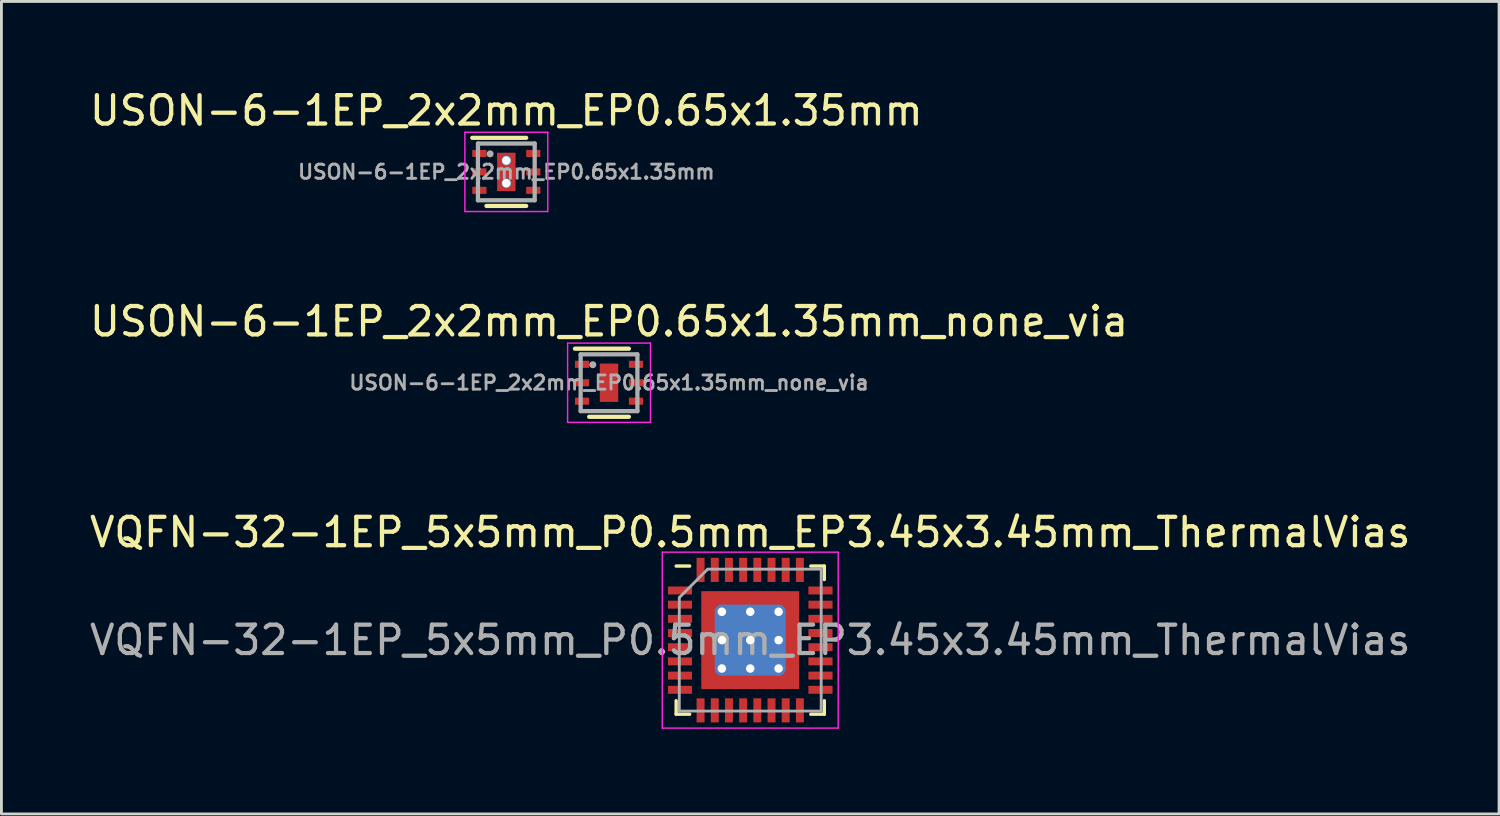
<source format=kicad_pcb>
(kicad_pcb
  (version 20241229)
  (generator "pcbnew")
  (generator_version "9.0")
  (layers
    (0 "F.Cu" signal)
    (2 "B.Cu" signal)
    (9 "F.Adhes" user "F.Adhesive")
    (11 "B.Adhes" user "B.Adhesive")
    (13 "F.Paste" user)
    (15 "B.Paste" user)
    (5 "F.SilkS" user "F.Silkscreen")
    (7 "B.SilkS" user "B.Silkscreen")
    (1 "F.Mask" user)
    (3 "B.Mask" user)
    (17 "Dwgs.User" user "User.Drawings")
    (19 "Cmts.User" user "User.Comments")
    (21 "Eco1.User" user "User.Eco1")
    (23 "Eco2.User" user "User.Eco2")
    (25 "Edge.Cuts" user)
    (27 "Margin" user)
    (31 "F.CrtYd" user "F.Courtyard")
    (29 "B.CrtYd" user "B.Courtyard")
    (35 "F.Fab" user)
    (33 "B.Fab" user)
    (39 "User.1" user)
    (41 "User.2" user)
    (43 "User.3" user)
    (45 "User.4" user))
  (footprint "USON-6-1EP_2x2mm_EP0.65x1.35mm_none_via"
    (layer "F.Cu")
    (at 18.411 10.437)
    (property "Reference" "USON-6-1EP_2x2mm_EP0.65x1.35mm_none_via" (at 0 -2.159 0) (layer "F.SilkS") (effects (font (size 1 1) (thickness 0.15))))
    (attr smd)
    (fp_line (start 0.7 -1.2) (end -1.2 -1.2) (stroke (width 0.15) (type solid)) (layer "F.SilkS"))
    (fp_line (start 0.7 1.2) (end -0.7 1.2) (stroke (width 0.15) (type solid)) (layer "F.SilkS"))
    (fp_line (start -1.46 -1.397) (end 1.46 -1.397) (stroke (width 0.05) (type solid)) (layer "F.CrtYd"))
    (fp_line (start -1.46 1.397) (end -1.46 -1.397) (stroke (width 0.05) (type solid)) (layer "F.CrtYd"))
    (fp_line (start -1.46 1.397) (end 1.46 1.397) (stroke (width 0.05) (type solid)) (layer "F.CrtYd"))
    (fp_line (start 1.46 1.397) (end 1.46 -1.397) (stroke (width 0.05) (type solid)) (layer "F.CrtYd"))
    (fp_line (start -1 1) (end -1 -1) (stroke (width 0.15) (type solid)) (layer "F.Fab"))
    (fp_line (start -1 1) (end 1 1) (stroke (width 0.15) (type solid)) (layer "F.Fab"))
    (fp_line (start 1 -1) (end -1 -1) (stroke (width 0.15) (type solid)) (layer "F.Fab"))
    (fp_line (start 1 -1) (end 1 1) (stroke (width 0.15) (type solid)) (layer "F.Fab"))
    (fp_circle (center -0.572 -0.635) (end -0.508 -0.635) (stroke (width 0.12) (type solid)) (fill no) (layer "F.Fab"))
    (fp_text user "${REFERENCE}" (at 0 0 0) (layer "F.Fab") (effects (font (size 0.5 0.5) (thickness 0.1))))
    (pad "" smd rect (at 0 0) (size 0.62 1.25) (layers "F.Paste"))
    (pad "1" smd rect (at -0.95 -0.65) (size 0.5 0.25) (layers "F.Cu" "F.Mask" "F.Paste"))
    (pad "2" smd rect (at -0.95 0) (size 0.5 0.25) (layers "F.Cu" "F.Mask" "F.Paste"))
    (pad "3" smd rect (at -0.95 0.65) (size 0.5 0.25) (layers "F.Cu" "F.Mask" "F.Paste"))
    (pad "4" smd rect (at 0.95 0.65) (size 0.5 0.25) (layers "F.Cu" "F.Mask" "F.Paste"))
    (pad "5" smd rect (at 0.95 0) (size 0.5 0.25) (layers "F.Cu" "F.Mask" "F.Paste"))
    (pad "6" smd rect (at 0.95 -0.65) (size 0.5 0.25) (layers "F.Cu" "F.Mask" "F.Paste"))
    (pad "7" smd rect (at 0 0) (size 0.65 1.35) (layers "F.Cu" "F.Mask")))
  (footprint "USON-6-1EP_2x2mm_EP0.65x1.35mm"
    (layer "F.Cu")
    (at 14.792 3.007)
    (property "Reference" "USON-6-1EP_2x2mm_EP0.65x1.35mm" (at 0 -2.159 0) (layer "F.SilkS") (effects (font (size 1 1) (thickness 0.15))))
    (attr smd)
    (fp_line (start 0.7 -1.2) (end -1.2 -1.2) (stroke (width 0.15) (type solid)) (layer "F.SilkS"))
    (fp_line (start 0.7 1.2) (end -0.7 1.2) (stroke (width 0.15) (type solid)) (layer "F.SilkS"))
    (fp_line (start -1.46 -1.397) (end 1.46 -1.397) (stroke (width 0.05) (type solid)) (layer "F.CrtYd"))
    (fp_line (start -1.46 1.397) (end -1.46 -1.397) (stroke (width 0.05) (type solid)) (layer "F.CrtYd"))
    (fp_line (start -1.46 1.397) (end 1.46 1.397) (stroke (width 0.05) (type solid)) (layer "F.CrtYd"))
    (fp_line (start 1.46 1.397) (end 1.46 -1.397) (stroke (width 0.05) (type solid)) (layer "F.CrtYd"))
    (fp_line (start -1 1) (end -1 -1) (stroke (width 0.15) (type solid)) (layer "F.Fab"))
    (fp_line (start -1 1) (end 1 1) (stroke (width 0.15) (type solid)) (layer "F.Fab"))
    (fp_line (start 1 -1) (end -1 -1) (stroke (width 0.15) (type solid)) (layer "F.Fab"))
    (fp_line (start 1 -1) (end 1 1) (stroke (width 0.15) (type solid)) (layer "F.Fab"))
    (fp_circle (center -0.572 -0.635) (end -0.508 -0.635) (stroke (width 0.12) (type solid)) (fill no) (layer "F.Fab"))
    (fp_text user "${REFERENCE}" (at 0 0 0) (layer "F.Fab") (effects (font (size 0.5 0.5) (thickness 0.1))))
    (pad "" smd rect (at 0 0) (size 0.62 1.25) (layers "F.Paste"))
    (pad "1" smd rect (at -0.95 -0.65) (size 0.5 0.25) (layers "F.Cu" "F.Mask" "F.Paste"))
    (pad "2" smd rect (at -0.95 0) (size 0.5 0.25) (layers "F.Cu" "F.Mask" "F.Paste"))
    (pad "3" smd rect (at -0.95 0.65) (size 0.5 0.25) (layers "F.Cu" "F.Mask" "F.Paste"))
    (pad "4" smd rect (at 0.95 0.65) (size 0.5 0.25) (layers "F.Cu" "F.Mask" "F.Paste"))
    (pad "5" smd rect (at 0.95 0) (size 0.5 0.25) (layers "F.Cu" "F.Mask" "F.Paste"))
    (pad "6" smd rect (at 0.95 -0.65) (size 0.5 0.25) (layers "F.Cu" "F.Mask" "F.Paste"))
    (pad "7" thru_hole circle (at 0 -0.4) (size 0.35 0.35) (drill 0.3) (layers "*.Cu"))
    (pad "7" smd rect (at 0 0) (size 0.65 1.35) (layers "F.Cu" "F.Mask"))
    (pad "7" thru_hole circle (at 0 0.4) (size 0.35 0.35) (drill 0.3) (layers "*.Cu")))
  (footprint "VQFN-32-1EP_5x5mm_P0.5mm_EP3.45x3.45mm_ThermalVias"
    (layer "F.Cu")
    (at 23.387 19.507)
    (property "Reference" "VQFN-32-1EP_5x5mm_P0.5mm_EP3.45x3.45mm_ThermalVias" (at 0 -3.8 0) (layer "F.SilkS") (effects (font (size 1 1) (thickness 0.15))))
    (attr smd)
    (fp_line (start -2.61 2.61) (end -2.61 2.135) (stroke (width 0.12) (type solid)) (layer "F.SilkS"))
    (fp_line (start -2.135 -2.61) (end -2.61 -2.61) (stroke (width 0.12) (type solid)) (layer "F.SilkS"))
    (fp_line (start -2.135 2.61) (end -2.61 2.61) (stroke (width 0.12) (type solid)) (layer "F.SilkS"))
    (fp_line (start 2.135 -2.61) (end 2.61 -2.61) (stroke (width 0.12) (type solid)) (layer "F.SilkS"))
    (fp_line (start 2.135 2.61) (end 2.61 2.61) (stroke (width 0.12) (type solid)) (layer "F.SilkS"))
    (fp_line (start 2.61 -2.61) (end 2.61 -2.135) (stroke (width 0.12) (type solid)) (layer "F.SilkS"))
    (fp_line (start 2.61 2.61) (end 2.61 2.135) (stroke (width 0.12) (type solid)) (layer "F.SilkS"))
    (fp_line (start -3.1 -3.1) (end -3.1 3.1) (stroke (width 0.05) (type solid)) (layer "F.CrtYd"))
    (fp_line (start -3.1 3.1) (end 3.1 3.1) (stroke (width 0.05) (type solid)) (layer "F.CrtYd"))
    (fp_line (start 3.1 -3.1) (end -3.1 -3.1) (stroke (width 0.05) (type solid)) (layer "F.CrtYd"))
    (fp_line (start 3.1 3.1) (end 3.1 -3.1) (stroke (width 0.05) (type solid)) (layer "F.CrtYd"))
    (fp_line (start -2.5 -1.5) (end -1.5 -2.5) (stroke (width 0.1) (type solid)) (layer "F.Fab"))
    (fp_line (start -2.5 2.5) (end -2.5 -1.5) (stroke (width 0.1) (type solid)) (layer "F.Fab"))
    (fp_line (start -1.5 -2.5) (end 2.5 -2.5) (stroke (width 0.1) (type solid)) (layer "F.Fab"))
    (fp_line (start 2.5 -2.5) (end 2.5 2.5) (stroke (width 0.1) (type solid)) (layer "F.Fab"))
    (fp_line (start 2.5 2.5) (end -2.5 2.5) (stroke (width 0.1) (type solid)) (layer "F.Fab"))
    (fp_text user "${REFERENCE}" (at 0 0 0) (layer "F.Fab") (effects (font (size 1 1) (thickness 0.15))))
    (pad "" smd rect (at -0.875 -0.875) (size 1.45 1.45) (layers "F.Paste"))
    (pad "" smd rect (at -0.875 0.875) (size 1.45 1.45) (layers "F.Paste"))
    (pad "" smd rect (at 0.875 -0.875) (size 1.45 1.45) (layers "F.Paste"))
    (pad "" smd rect (at 0.875 0.875) (size 1.45 1.45) (layers "F.Paste"))
    (pad "1" smd rect (at -2.475 -1.75) (size 0.85 0.28) (layers "F.Cu" "F.Mask" "F.Paste"))
    (pad "2" smd rect (at -2.475 -1.25) (size 0.85 0.28) (layers "F.Cu" "F.Mask" "F.Paste"))
    (pad "3" smd rect (at -2.475 -0.75) (size 0.85 0.28) (layers "F.Cu" "F.Mask" "F.Paste"))
    (pad "4" smd rect (at -2.475 -0.25) (size 0.85 0.28) (layers "F.Cu" "F.Mask" "F.Paste"))
    (pad "5" smd rect (at -2.475 0.25) (size 0.85 0.28) (layers "F.Cu" "F.Mask" "F.Paste"))
    (pad "6" smd rect (at -2.475 0.75) (size 0.85 0.28) (layers "F.Cu" "F.Mask" "F.Paste"))
    (pad "7" smd rect (at -2.475 1.25) (size 0.85 0.28) (layers "F.Cu" "F.Mask" "F.Paste"))
    (pad "8" smd rect (at -2.475 1.75) (size 0.85 0.28) (layers "F.Cu" "F.Mask" "F.Paste"))
    (pad "9" smd rect (at -1.75 2.475) (size 0.28 0.85) (layers "F.Cu" "F.Mask" "F.Paste"))
    (pad "10" smd rect (at -1.25 2.475) (size 0.28 0.85) (layers "F.Cu" "F.Mask" "F.Paste"))
    (pad "11" smd rect (at -0.75 2.475) (size 0.28 0.85) (layers "F.Cu" "F.Mask" "F.Paste"))
    (pad "12" smd rect (at -0.25 2.475) (size 0.28 0.85) (layers "F.Cu" "F.Mask" "F.Paste"))
    (pad "13" smd rect (at 0.25 2.475) (size 0.28 0.85) (layers "F.Cu" "F.Mask" "F.Paste"))
    (pad "14" smd rect (at 0.75 2.475) (size 0.28 0.85) (layers "F.Cu" "F.Mask" "F.Paste"))
    (pad "15" smd rect (at 1.25 2.475) (size 0.28 0.85) (layers "F.Cu" "F.Mask" "F.Paste"))
    (pad "16" smd rect (at 1.75 2.475) (size 0.28 0.85) (layers "F.Cu" "F.Mask" "F.Paste"))
    (pad "17" smd rect (at 2.475 1.75) (size 0.85 0.28) (layers "F.Cu" "F.Mask" "F.Paste"))
    (pad "18" smd rect (at 2.475 1.25) (size 0.85 0.28) (layers "F.Cu" "F.Mask" "F.Paste"))
    (pad "19" smd rect (at 2.475 0.75) (size 0.85 0.28) (layers "F.Cu" "F.Mask" "F.Paste"))
    (pad "20" smd rect (at 2.475 0.25) (size 0.85 0.28) (layers "F.Cu" "F.Mask" "F.Paste"))
    (pad "21" smd rect (at 2.475 -0.25) (size 0.85 0.28) (layers "F.Cu" "F.Mask" "F.Paste"))
    (pad "22" smd rect (at 2.475 -0.75) (size 0.85 0.28) (layers "F.Cu" "F.Mask" "F.Paste"))
    (pad "23" smd rect (at 2.475 -1.25) (size 0.85 0.28) (layers "F.Cu" "F.Mask" "F.Paste"))
    (pad "24" smd rect (at 2.475 -1.75) (size 0.85 0.28) (layers "F.Cu" "F.Mask" "F.Paste"))
    (pad "25" smd rect (at 1.75 -2.475) (size 0.28 0.85) (layers "F.Cu" "F.Mask" "F.Paste"))
    (pad "26" smd rect (at 1.25 -2.475) (size 0.28 0.85) (layers "F.Cu" "F.Mask" "F.Paste"))
    (pad "27" smd rect (at 0.75 -2.475) (size 0.28 0.85) (layers "F.Cu" "F.Mask" "F.Paste"))
    (pad "28" smd rect (at 0.25 -2.475) (size 0.28 0.85) (layers "F.Cu" "F.Mask" "F.Paste"))
    (pad "29" smd rect (at -0.25 -2.475) (size 0.28 0.85) (layers "F.Cu" "F.Mask" "F.Paste"))
    (pad "30" smd rect (at -0.75 -2.475) (size 0.28 0.85) (layers "F.Cu" "F.Mask" "F.Paste"))
    (pad "31" smd rect (at -1.25 -2.475) (size 0.28 0.85) (layers "F.Cu" "F.Mask" "F.Paste"))
    (pad "32" smd rect (at -1.75 -2.475) (size 0.28 0.85) (layers "F.Cu" "F.Mask" "F.Paste"))
    (pad "33" thru_hole circle (at -1 -1) (size 0.5 0.5) (drill 0.3) (layers "*.Cu"))
    (pad "33" thru_hole circle (at -1 0) (size 0.5 0.5) (drill 0.3) (layers "*.Cu"))
    (pad "33" thru_hole circle (at -1 1) (size 0.5 0.5) (drill 0.3) (layers "*.Cu"))
    (pad "33" thru_hole circle (at 0 -1) (size 0.5 0.5) (drill 0.3) (layers "*.Cu"))
    (pad "33" thru_hole circle (at 0 0) (size 0.5 0.5) (drill 0.3) (layers "*.Cu"))
    (pad "33" smd roundrect (at 0 0) (size 2.5 2.5) (layers "B.Cu") (roundrect_rratio 0.1))
    (pad "33" smd rect (at 0 0) (size 3.45 3.45) (layers "F.Cu" "F.Mask"))
    (pad "33" thru_hole circle (at 0 1) (size 0.5 0.5) (drill 0.3) (layers "*.Cu"))
    (pad "33" thru_hole circle (at 1 -1) (size 0.5 0.5) (drill 0.3) (layers "*.Cu"))
    (pad "33" thru_hole circle (at 1 0) (size 0.5 0.5) (drill 0.3) (layers "*.Cu"))
    (pad "33" thru_hole circle (at 1 1) (size 0.5 0.5) (drill 0.3) (layers "*.Cu")))
  (gr_rect
    (start -3 -3)
    (end 49.774 25.632)
    (stroke (width 0.1) (type default))
    (fill no)
    (layer "Edge.Cuts")))
</source>
